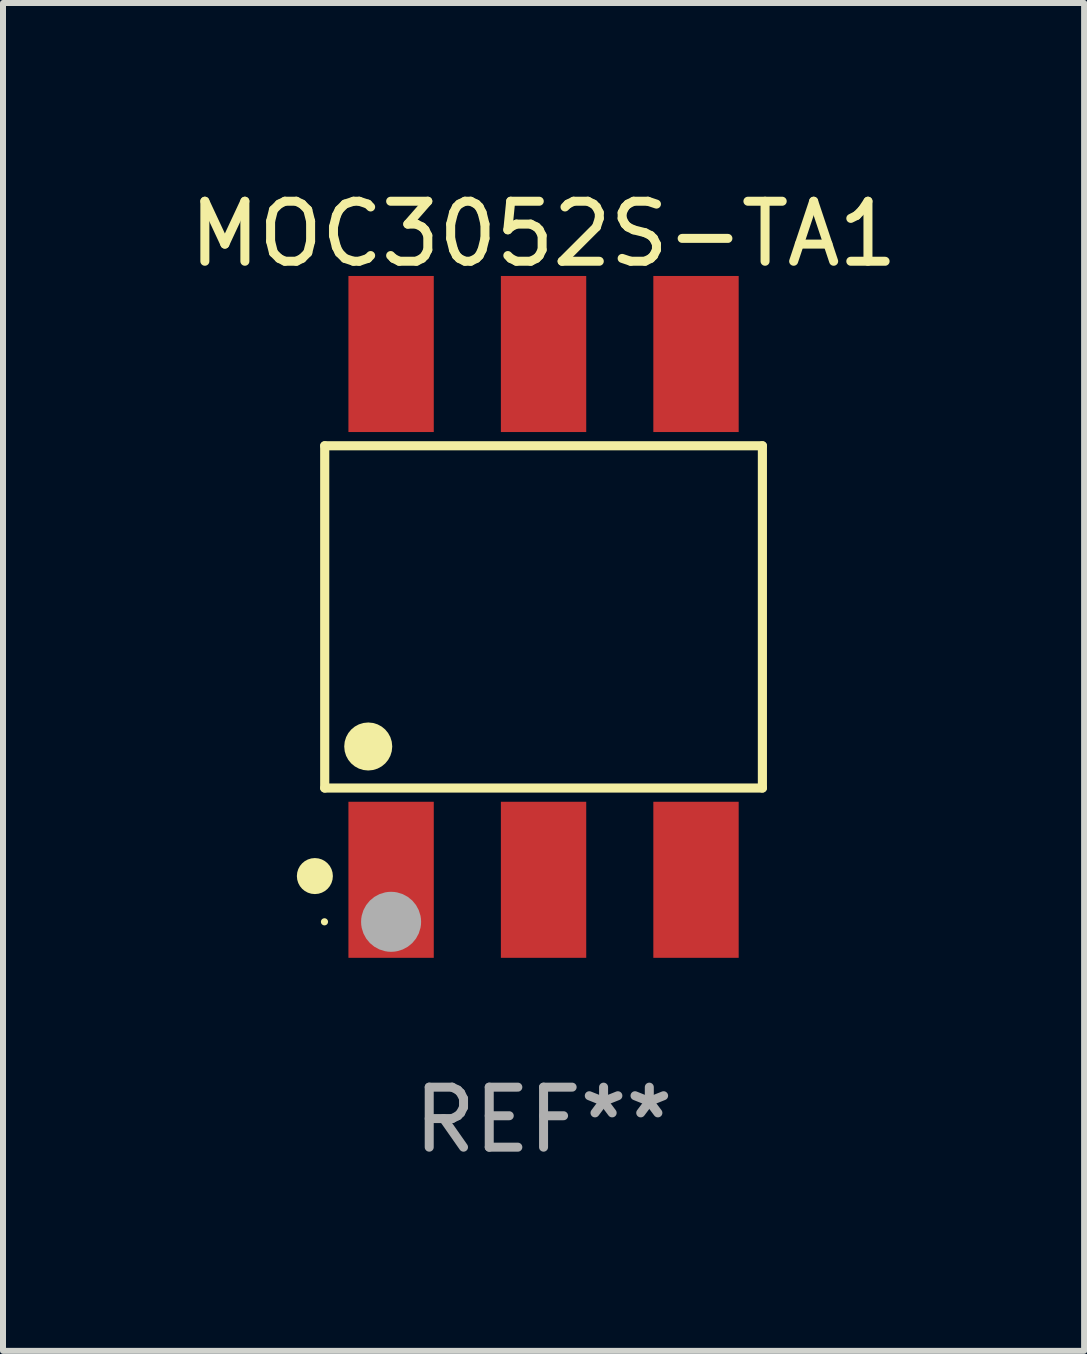
<source format=kicad_pcb>
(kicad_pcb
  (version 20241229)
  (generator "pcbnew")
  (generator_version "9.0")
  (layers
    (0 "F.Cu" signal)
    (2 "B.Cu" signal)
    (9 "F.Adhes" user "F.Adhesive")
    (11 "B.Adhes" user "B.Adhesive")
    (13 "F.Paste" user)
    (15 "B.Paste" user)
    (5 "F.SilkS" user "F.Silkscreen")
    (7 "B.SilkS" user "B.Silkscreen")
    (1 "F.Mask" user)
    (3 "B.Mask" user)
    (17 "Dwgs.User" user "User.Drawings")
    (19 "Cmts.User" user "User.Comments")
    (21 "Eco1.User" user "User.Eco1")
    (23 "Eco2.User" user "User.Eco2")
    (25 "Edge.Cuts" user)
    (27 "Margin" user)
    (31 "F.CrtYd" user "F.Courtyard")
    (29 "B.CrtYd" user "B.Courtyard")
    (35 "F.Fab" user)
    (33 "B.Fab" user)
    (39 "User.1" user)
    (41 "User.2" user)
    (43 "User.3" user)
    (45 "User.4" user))
  (footprint "MOC3052S-TA1"
    (layer "F.Cu")
    (at 6.006 7.228)
    (property "Reference" "MOC3052S-TA1" (at 0 -6.38 0) (layer "F.SilkS") (effects (font (size 1 1) (thickness 0.15))))
    (attr through_hole)
    (fp_line (start -3.646 -2.851) (end 3.646 -2.851) (stroke (width 0.152) (type solid)) (layer "F.SilkS"))
    (fp_line (start -3.646 2.851) (end -3.646 -2.851) (stroke (width 0.152) (type solid)) (layer "F.SilkS"))
    (fp_line (start 3.646 -2.851) (end 3.646 2.851) (stroke (width 0.152) (type solid)) (layer "F.SilkS"))
    (fp_line (start 3.646 2.851) (end -3.646 2.851) (stroke (width 0.152) (type solid)) (layer "F.SilkS"))
    (fp_circle (center -3.81 4.318) (end -3.66 4.318) (stroke (width 0.3) (type solid)) (fill no) (layer "F.SilkS"))
    (fp_circle (center -3.65 5.08) (end -3.62 5.08) (stroke (width 0.06) (type solid)) (fill no) (layer "F.SilkS"))
    (fp_circle (center -2.921 2.159) (end -2.721 2.159) (stroke (width 0.4) (type solid)) (fill no) (layer "F.SilkS"))
    (fp_circle (center -2.54 5.08) (end -2.29 5.08) (stroke (width 0.5) (type solid)) (fill no) (layer "F.Fab"))
    (fp_text user "REF**" (at 0 8.38 0) (layer "F.Fab") (effects (font (size 1 1) (thickness 0.15))))
    (pad "1" smd rect (at -2.54 4.38) (size 1.422 2.6) (layers "F.Cu" "F.Mask" "F.Paste"))
    (pad "2" smd rect (at 0 4.38) (size 1.422 2.6) (layers "F.Cu" "F.Mask" "F.Paste"))
    (pad "3" smd rect (at 2.54 4.38) (size 1.422 2.6) (layers "F.Cu" "F.Mask" "F.Paste"))
    (pad "4" smd rect (at 2.54 -4.38) (size 1.422 2.6) (layers "F.Cu" "F.Mask" "F.Paste"))
    (pad "5" smd rect (at 0 -4.38) (size 1.422 2.6) (layers "F.Cu" "F.Mask" "F.Paste"))
    (pad "6" smd rect (at -2.54 -4.38) (size 1.422 2.6) (layers "F.Cu" "F.Mask" "F.Paste")))
  (gr_rect
    (start -3 -3)
    (end 15.012 19.456)
    (stroke (width 0.1) (type default))
    (fill no)
    (layer "Edge.Cuts")))
</source>
